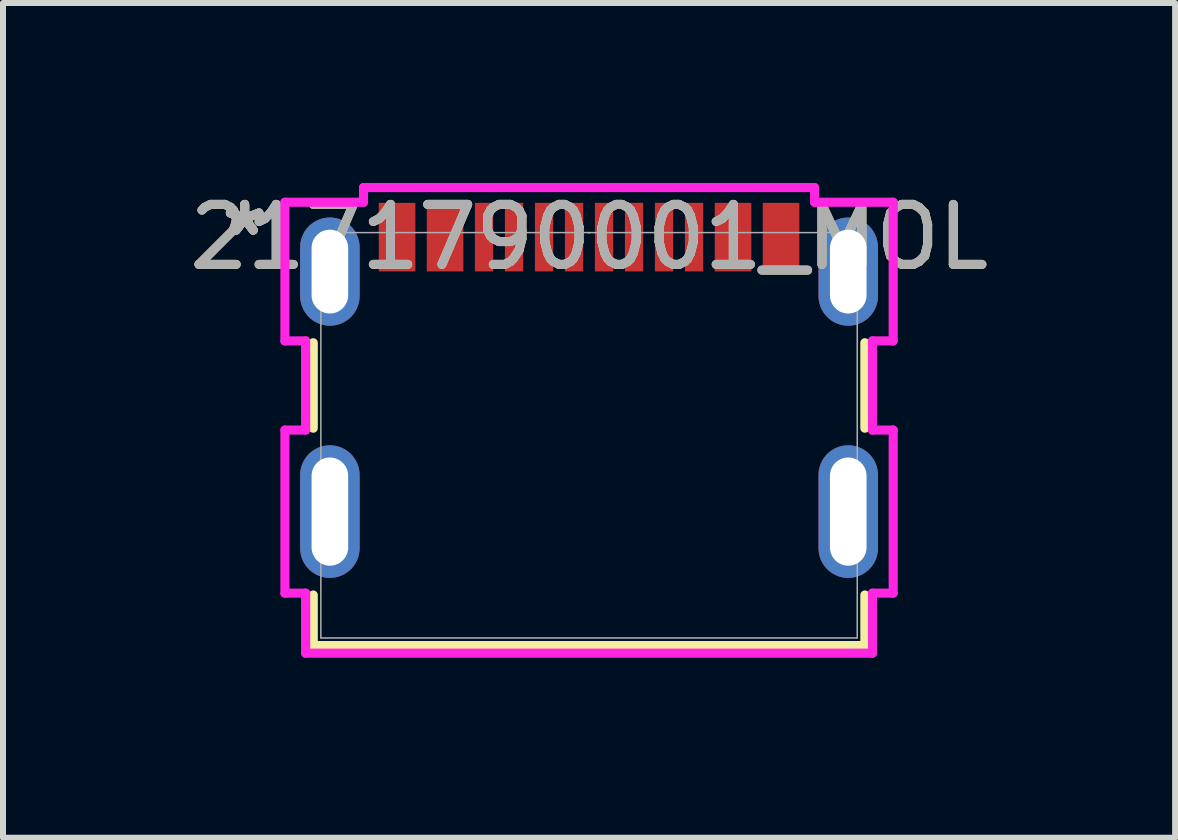
<source format=kicad_pcb>
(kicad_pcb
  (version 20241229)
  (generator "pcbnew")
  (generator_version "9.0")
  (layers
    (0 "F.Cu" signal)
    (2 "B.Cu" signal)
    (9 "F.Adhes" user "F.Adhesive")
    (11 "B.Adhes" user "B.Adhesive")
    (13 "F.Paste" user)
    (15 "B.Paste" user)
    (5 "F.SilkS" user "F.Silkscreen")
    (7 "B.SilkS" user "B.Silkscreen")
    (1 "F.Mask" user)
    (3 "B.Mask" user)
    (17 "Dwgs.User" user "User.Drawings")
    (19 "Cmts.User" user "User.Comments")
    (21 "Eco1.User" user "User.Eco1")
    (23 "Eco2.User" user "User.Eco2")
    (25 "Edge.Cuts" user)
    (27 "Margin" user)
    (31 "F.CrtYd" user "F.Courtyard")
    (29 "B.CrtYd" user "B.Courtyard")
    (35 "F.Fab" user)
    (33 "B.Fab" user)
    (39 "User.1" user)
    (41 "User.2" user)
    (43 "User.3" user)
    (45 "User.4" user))
  (footprint "2171790001_MOL"
    (layer "F.Cu")
    (at 6.768 4.205)
    (property "Reference" "2171790001_MOL" (at 0 -3.303 0) (unlocked yes) (layer "F.SilkS") (effects (font (size 1 1) (thickness 0.15))))
    (attr smd)
    (fp_line (start -4.597 -1.542) (end -4.597 -0.118) (stroke (width 0.152) (type solid)) (layer "F.SilkS"))
    (fp_line (start -4.597 2.662) (end -4.597 3.505) (stroke (width 0.152) (type solid)) (layer "F.SilkS"))
    (fp_line (start -4.597 3.505) (end 4.597 3.505) (stroke (width 0.152) (type solid)) (layer "F.SilkS"))
    (fp_line (start 4.597 -0.118) (end 4.597 -1.542) (stroke (width 0.152) (type solid)) (layer "F.SilkS"))
    (fp_line (start 4.597 3.505) (end 4.597 2.662) (stroke (width 0.152) (type solid)) (layer "F.SilkS"))
    (fp_line (start -5.069 -3.884) (end -5.069 -1.573) (stroke (width 0.152) (type solid)) (layer "F.CrtYd"))
    (fp_line (start -5.069 -1.573) (end -4.724 -1.573) (stroke (width 0.152) (type solid)) (layer "F.CrtYd"))
    (fp_line (start -5.069 -0.087) (end -5.069 2.631) (stroke (width 0.152) (type solid)) (layer "F.CrtYd"))
    (fp_line (start -5.069 2.631) (end -4.724 2.631) (stroke (width 0.152) (type solid)) (layer "F.CrtYd"))
    (fp_line (start -4.724 -1.573) (end -4.724 -0.087) (stroke (width 0.152) (type solid)) (layer "F.CrtYd"))
    (fp_line (start -4.724 -0.087) (end -5.069 -0.087) (stroke (width 0.152) (type solid)) (layer "F.CrtYd"))
    (fp_line (start -4.724 2.631) (end -4.724 3.632) (stroke (width 0.152) (type solid)) (layer "F.CrtYd"))
    (fp_line (start -4.724 3.632) (end 4.724 3.632) (stroke (width 0.152) (type solid)) (layer "F.CrtYd"))
    (fp_line (start -3.759 -4.129) (end -3.759 -3.884) (stroke (width 0.152) (type solid)) (layer "F.CrtYd"))
    (fp_line (start -3.759 -3.884) (end -5.069 -3.884) (stroke (width 0.152) (type solid)) (layer "F.CrtYd"))
    (fp_line (start 3.759 -4.129) (end -3.759 -4.129) (stroke (width 0.152) (type solid)) (layer "F.CrtYd"))
    (fp_line (start 3.759 -3.884) (end 3.759 -4.129) (stroke (width 0.152) (type solid)) (layer "F.CrtYd"))
    (fp_line (start 4.724 -1.573) (end 5.069 -1.573) (stroke (width 0.152) (type solid)) (layer "F.CrtYd"))
    (fp_line (start 4.724 -0.087) (end 4.724 -1.573) (stroke (width 0.152) (type solid)) (layer "F.CrtYd"))
    (fp_line (start 4.724 2.631) (end 5.069 2.631) (stroke (width 0.152) (type solid)) (layer "F.CrtYd"))
    (fp_line (start 4.724 3.632) (end 4.724 2.631) (stroke (width 0.152) (type solid)) (layer "F.CrtYd"))
    (fp_line (start 5.069 -3.884) (end 3.759 -3.884) (stroke (width 0.152) (type solid)) (layer "F.CrtYd"))
    (fp_line (start 5.069 -1.573) (end 5.069 -3.884) (stroke (width 0.152) (type solid)) (layer "F.CrtYd"))
    (fp_line (start 5.069 -0.087) (end 4.724 -0.087) (stroke (width 0.152) (type solid)) (layer "F.CrtYd"))
    (fp_line (start 5.069 2.631) (end 5.069 -0.087) (stroke (width 0.152) (type solid)) (layer "F.CrtYd"))
    (fp_line (start -4.47 -3.378) (end -4.47 3.378) (stroke (width 0.025) (type solid)) (layer "F.Fab"))
    (fp_line (start -4.47 3.378) (end 4.47 3.378) (stroke (width 0.025) (type solid)) (layer "F.Fab"))
    (fp_line (start 0 -3.378) (end 0 -3.378) (stroke (width 0.025) (type solid)) (layer "F.Fab"))
    (fp_line (start 0 -3.378) (end 0 -3.378) (stroke (width 0.025) (type solid)) (layer "F.Fab"))
    (fp_line (start 0 -3.378) (end 0 -3.378) (stroke (width 0.025) (type solid)) (layer "F.Fab"))
    (fp_line (start 0 -3.378) (end 0 -3.378) (stroke (width 0.025) (type solid)) (layer "F.Fab"))
    (fp_line (start 4.47 -3.378) (end -4.47 -3.378) (stroke (width 0.025) (type solid)) (layer "F.Fab"))
    (fp_line (start 4.47 3.378) (end 4.47 -3.378) (stroke (width 0.025) (type solid)) (layer "F.Fab"))
    (fp_text user "*" (at -5.74 -3.303 0) (layer "F.SilkS") (effects (font (size 1 1) (thickness 0.15))))
    (fp_text user "*" (at -5.74 -3.303 0) (unlocked yes) (layer "F.SilkS") (effects (font (size 1 1) (thickness 0.15))))
    (fp_text user "${REFERENCE}" (at 0 -3.303 0) (unlocked yes) (layer "F.Fab") (effects (font (size 1 1) (thickness 0.15))))
    (fp_text user "*" (at -5.74 -3.303 0) (unlocked yes) (layer "F.Fab") (effects (font (size 1 1) (thickness 0.15))))
    (fp_text user "*" (at -5.74 -3.303 0) (layer "F.Fab") (effects (font (size 1 1) (thickness 0.15))))
    (pad "" np_thru_hole oval (at -4.32 -2.728) (size 0.991 1.803) (drill oval 0.61 1.397) (layers "*.Cu" "*.Mask"))
    (pad "" np_thru_hole oval (at -4.32 1.272) (size 0.991 2.21) (drill oval 0.61 1.803) (layers "*.Cu" "*.Mask"))
    (pad "" np_thru_hole oval (at 4.32 -2.728) (size 0.991 1.803) (drill oval 0.61 1.397) (layers "*.Cu" "*.Mask"))
    (pad "" np_thru_hole oval (at 4.32 1.272) (size 0.991 2.21) (drill oval 0.61 1.803) (layers "*.Cu" "*.Mask"))
    (pad "A1/B12" smd rect (at -3.2 -3.303) (size 0.61 1.143) (layers "F.Cu" "F.Mask" "F.Paste"))
    (pad "A4/B9" smd rect (at -2.4 -3.303) (size 0.61 1.143) (layers "F.Cu" "F.Mask" "F.Paste"))
    (pad "A5" smd rect (at -1.25 -3.303) (size 0.305 1.143) (layers "F.Cu" "F.Mask" "F.Paste"))
    (pad "A6" smd rect (at -0.25 -3.303) (size 0.305 1.143) (layers "F.Cu" "F.Mask" "F.Paste"))
    (pad "A7" smd rect (at 0.25 -3.303) (size 0.305 1.143) (layers "F.Cu" "F.Mask" "F.Paste"))
    (pad "A8" smd rect (at 1.25 -3.303) (size 0.305 1.143) (layers "F.Cu" "F.Mask" "F.Paste"))
    (pad "B1/A12" smd rect (at 3.2 -3.303) (size 0.61 1.143) (layers "F.Cu" "F.Mask" "F.Paste"))
    (pad "B4/A9" smd rect (at 2.4 -3.303) (size 0.61 1.143) (layers "F.Cu" "F.Mask" "F.Paste"))
    (pad "B5" smd rect (at 1.75 -3.303) (size 0.305 1.143) (layers "F.Cu" "F.Mask" "F.Paste"))
    (pad "B6" smd rect (at 0.75 -3.303) (size 0.305 1.143) (layers "F.Cu" "F.Mask" "F.Paste"))
    (pad "B7" smd rect (at -0.75 -3.303) (size 0.305 1.143) (layers "F.Cu" "F.Mask" "F.Paste"))
    (pad "B8" smd rect (at -1.75 -3.303) (size 0.305 1.143) (layers "F.Cu" "F.Mask" "F.Paste")))
  (gr_rect
    (start -3 -3)
    (end 16.536 10.913)
    (stroke (width 0.1) (type default))
    (fill no)
    (layer "Edge.Cuts")))
</source>
